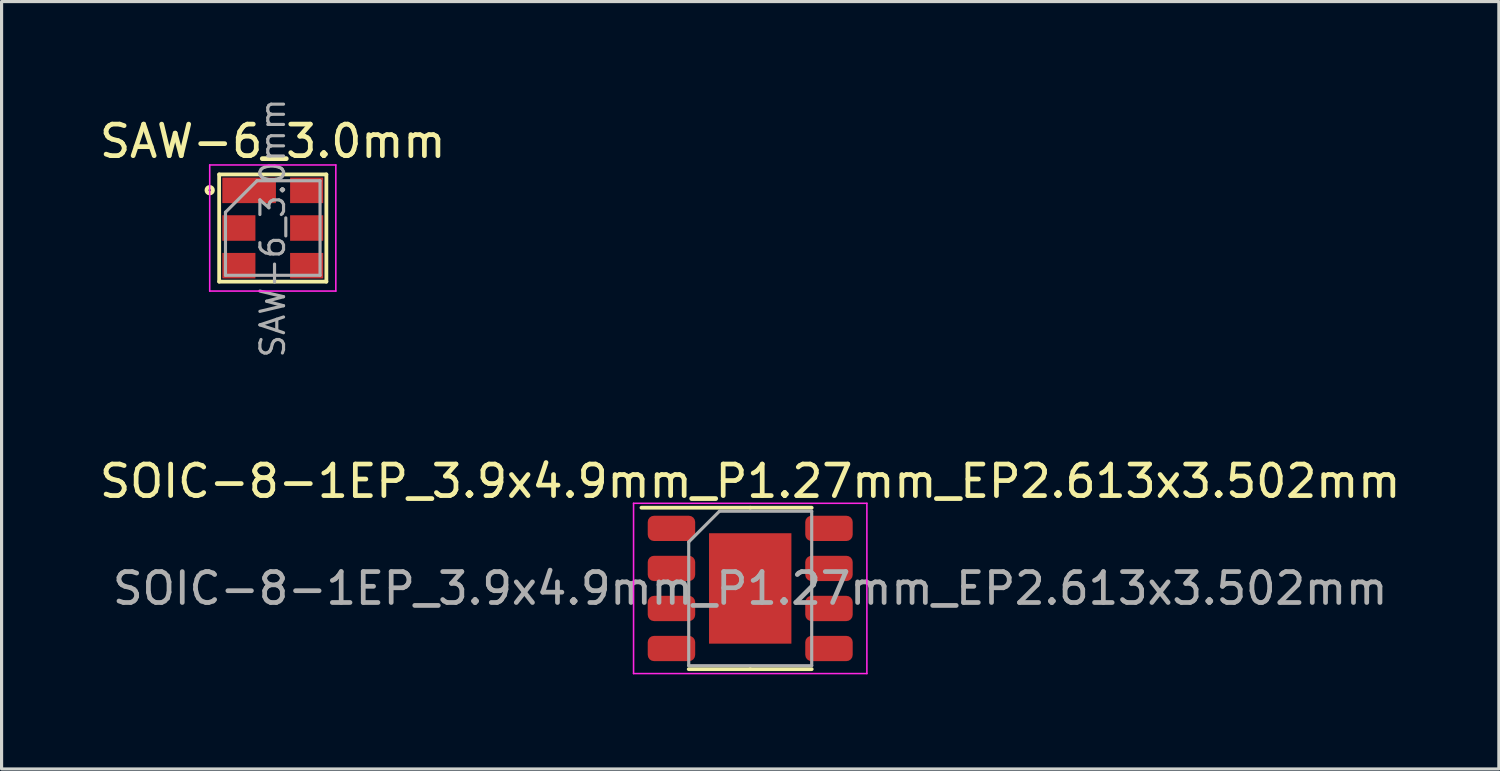
<source format=kicad_pcb>
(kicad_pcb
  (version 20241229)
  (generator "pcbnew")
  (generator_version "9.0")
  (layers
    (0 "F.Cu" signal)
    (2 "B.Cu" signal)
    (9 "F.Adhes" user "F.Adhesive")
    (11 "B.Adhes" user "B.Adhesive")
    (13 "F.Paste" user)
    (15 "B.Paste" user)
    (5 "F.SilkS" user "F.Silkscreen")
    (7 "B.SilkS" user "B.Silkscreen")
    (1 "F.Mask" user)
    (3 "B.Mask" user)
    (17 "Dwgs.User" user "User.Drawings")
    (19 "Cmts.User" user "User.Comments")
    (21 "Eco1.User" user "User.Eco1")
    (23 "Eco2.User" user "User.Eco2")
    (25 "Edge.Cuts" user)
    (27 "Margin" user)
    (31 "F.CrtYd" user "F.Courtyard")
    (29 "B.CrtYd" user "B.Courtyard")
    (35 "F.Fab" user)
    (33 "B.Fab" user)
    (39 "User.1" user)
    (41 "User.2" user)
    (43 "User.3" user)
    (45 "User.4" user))
  (footprint "SAW-6_3.0mm"
    (layer "F.Cu")
    (at 5.601 4.182)
    (property "Reference" "SAW-6_3.0mm" (at 0 -2.75 0) (layer "F.SilkS") (effects (font (size 1 1) (thickness 0.15))))
    (attr through_hole)
    (fp_line (start -1.7 -1.7) (end 1.7 -1.7) (stroke (width 0.12) (type solid)) (layer "F.SilkS"))
    (fp_line (start -1.7 1.7) (end -1.7 -1.7) (stroke (width 0.12) (type solid)) (layer "F.SilkS"))
    (fp_line (start 1.7 1.7) (end -1.7 1.7) (stroke (width 0.12) (type solid)) (layer "F.SilkS"))
    (fp_line (start 1.7 1.7) (end 1.7 -1.7) (stroke (width 0.12) (type solid)) (layer "F.SilkS"))
    (fp_circle (center -2 -1.2) (end -1.9 -1.2) (stroke (width 0.127) (type solid)) (fill no) (layer "F.SilkS"))
    (fp_line (start -2 -2) (end 2 -2) (stroke (width 0.05) (type solid)) (layer "F.CrtYd"))
    (fp_line (start -2 2) (end -2 -2) (stroke (width 0.05) (type solid)) (layer "F.CrtYd"))
    (fp_line (start 2 -2) (end 2 2) (stroke (width 0.05) (type solid)) (layer "F.CrtYd"))
    (fp_line (start 2 2) (end -2 2) (stroke (width 0.05) (type solid)) (layer "F.CrtYd"))
    (fp_line (start -1.5 -0.5) (end -1.5 1.5) (stroke (width 0.1) (type solid)) (layer "F.Fab"))
    (fp_line (start -1.5 1.5) (end 1.5 1.5) (stroke (width 0.1) (type solid)) (layer "F.Fab"))
    (fp_line (start -0.5 -1.5) (end -1.5 -0.5) (stroke (width 0.1) (type solid)) (layer "F.Fab"))
    (fp_line (start 1.5 -1.5) (end -0.5 -1.5) (stroke (width 0.1) (type solid)) (layer "F.Fab"))
    (fp_line (start 1.5 1.5) (end 1.5 -1.5) (stroke (width 0.1) (type solid)) (layer "F.Fab"))
    (fp_text user "${REFERENCE}" (at 0 0 270) (layer "F.Fab") (effects (font (size 0.75 0.75) (thickness 0.1))))
    (pad "1" smd rect (at -0.75 -1.195) (size 1.7 0.81) (layers "F.Cu" "F.Mask" "F.Paste"))
    (pad "2" smd rect (at -1.075 0) (size 1.05 0.81) (layers "F.Cu" "F.Mask" "F.Paste"))
    (pad "3" smd rect (at -1.075 1.195) (size 1.05 0.81) (layers "F.Cu" "F.Mask" "F.Paste"))
    (pad "4" smd rect (at 1.075 1.195) (size 1.05 0.81) (layers "F.Cu" "F.Mask" "F.Paste"))
    (pad "5" smd rect (at 1.075 0) (size 1.05 0.81) (layers "F.Cu" "F.Mask" "F.Paste"))
    (pad "6" smd rect (at 1.075 -1.195) (size 1.05 0.81) (layers "F.Cu" "F.Mask" "F.Paste")))
  (footprint "SOIC-8-1EP_3.9x4.9mm_P1.27mm_EP2.613x3.502mm"
    (layer "F.Cu")
    (at 20.744 15.613)
    (property "Reference" "SOIC-8-1EP_3.9x4.9mm_P1.27mm_EP2.613x3.502mm" (at 0 -3.4 0) (layer "F.SilkS") (effects (font (size 1 1) (thickness 0.15))))
    (attr smd)
    (fp_line (start 0 -2.56) (end -3.45 -2.56) (stroke (width 0.12) (type solid)) (layer "F.SilkS"))
    (fp_line (start 0 -2.56) (end 1.95 -2.56) (stroke (width 0.12) (type solid)) (layer "F.SilkS"))
    (fp_line (start 0 2.56) (end -1.95 2.56) (stroke (width 0.12) (type solid)) (layer "F.SilkS"))
    (fp_line (start 0 2.56) (end 1.95 2.56) (stroke (width 0.12) (type solid)) (layer "F.SilkS"))
    (fp_line (start -3.7 -2.7) (end -3.7 2.7) (stroke (width 0.05) (type solid)) (layer "F.CrtYd"))
    (fp_line (start -3.7 2.7) (end 3.7 2.7) (stroke (width 0.05) (type solid)) (layer "F.CrtYd"))
    (fp_line (start 3.7 -2.7) (end -3.7 -2.7) (stroke (width 0.05) (type solid)) (layer "F.CrtYd"))
    (fp_line (start 3.7 2.7) (end 3.7 -2.7) (stroke (width 0.05) (type solid)) (layer "F.CrtYd"))
    (fp_line (start -1.95 -1.475) (end -0.975 -2.45) (stroke (width 0.1) (type solid)) (layer "F.Fab"))
    (fp_line (start -1.95 2.45) (end -1.95 -1.475) (stroke (width 0.1) (type solid)) (layer "F.Fab"))
    (fp_line (start -0.975 -2.45) (end 1.95 -2.45) (stroke (width 0.1) (type solid)) (layer "F.Fab"))
    (fp_line (start 1.95 -2.45) (end 1.95 2.45) (stroke (width 0.1) (type solid)) (layer "F.Fab"))
    (fp_line (start 1.95 2.45) (end -1.95 2.45) (stroke (width 0.1) (type solid)) (layer "F.Fab"))
    (fp_text user "${REFERENCE}" (at 0 0 0) (layer "F.Fab") (effects (font (size 0.98 0.98) (thickness 0.15))))
    (pad "" smd roundrect (at -0.655 -0.875) (size 1.06 1.41) (layers "F.Paste") (roundrect_rratio 0.236))
    (pad "" smd roundrect (at -0.655 0.875) (size 1.06 1.41) (layers "F.Paste") (roundrect_rratio 0.236))
    (pad "" smd roundrect (at 0.655 -0.875) (size 1.06 1.41) (layers "F.Paste") (roundrect_rratio 0.236))
    (pad "" smd roundrect (at 0.655 0.875) (size 1.06 1.41) (layers "F.Paste") (roundrect_rratio 0.236))
    (pad "1" smd roundrect (at -2.498 -1.905) (size 1.505 0.802) (layers "F.Cu" "F.Mask" "F.Paste") (roundrect_rratio 0.25))
    (pad "2" smd roundrect (at -2.498 -0.635) (size 1.505 0.802) (layers "F.Cu" "F.Mask" "F.Paste") (roundrect_rratio 0.25))
    (pad "3" smd roundrect (at -2.498 0.635) (size 1.505 0.802) (layers "F.Cu" "F.Mask" "F.Paste") (roundrect_rratio 0.25))
    (pad "4" smd roundrect (at -2.498 1.905) (size 1.505 0.802) (layers "F.Cu" "F.Mask" "F.Paste") (roundrect_rratio 0.25))
    (pad "5" smd roundrect (at 2.498 1.905) (size 1.505 0.802) (layers "F.Cu" "F.Mask" "F.Paste") (roundrect_rratio 0.25))
    (pad "6" smd roundrect (at 2.498 0.635) (size 1.505 0.802) (layers "F.Cu" "F.Mask" "F.Paste") (roundrect_rratio 0.25))
    (pad "7" smd roundrect (at 2.498 -0.635) (size 1.505 0.802) (layers "F.Cu" "F.Mask" "F.Paste") (roundrect_rratio 0.25))
    (pad "8" smd roundrect (at 2.498 -1.905) (size 1.505 0.802) (layers "F.Cu" "F.Mask" "F.Paste") (roundrect_rratio 0.25))
    (pad "9" smd rect (at 0 0) (size 2.613 3.502) (layers "F.Cu" "F.Mask")))
  (gr_rect
    (start -3 -3)
    (end 44.488 21.338)
    (stroke (width 0.1) (type default))
    (fill no)
    (layer "Edge.Cuts")))
</source>
